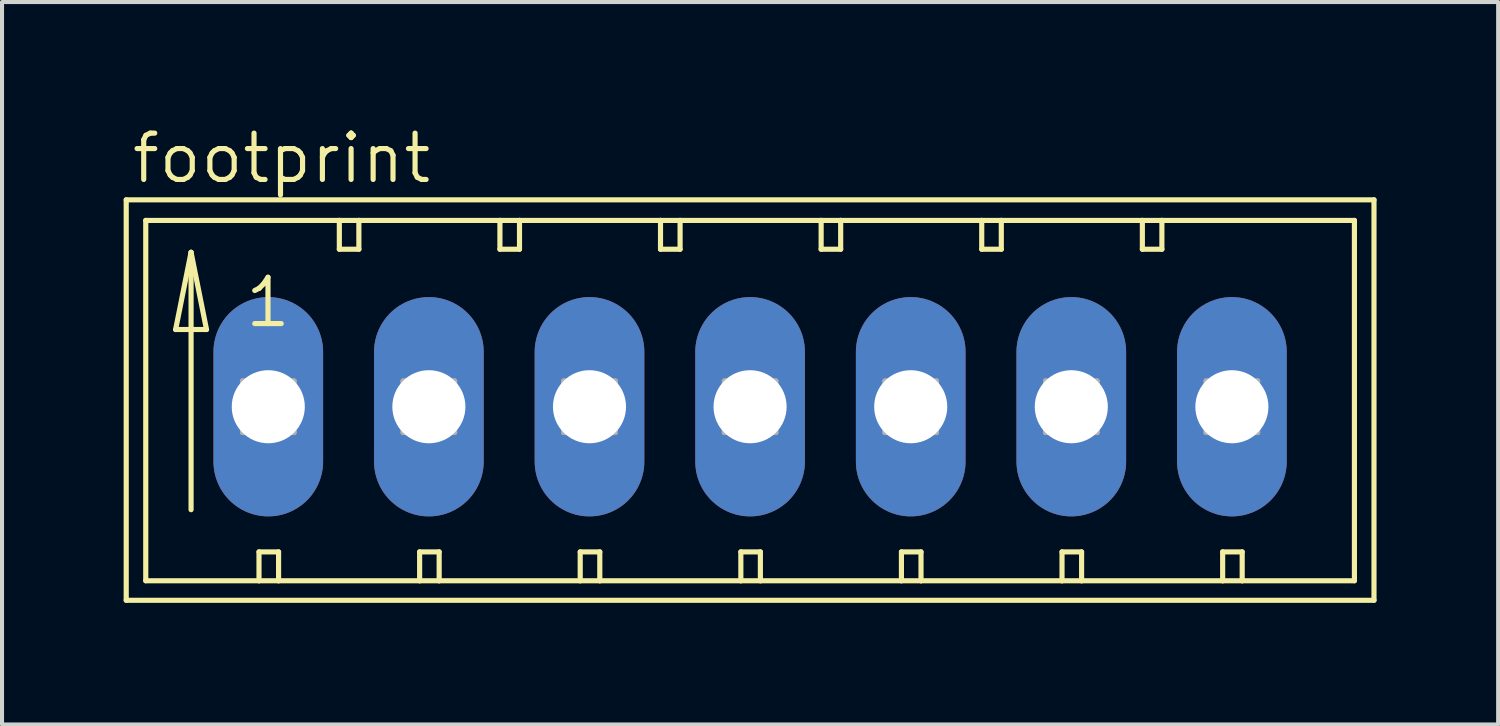
<source format=kicad_pcb>
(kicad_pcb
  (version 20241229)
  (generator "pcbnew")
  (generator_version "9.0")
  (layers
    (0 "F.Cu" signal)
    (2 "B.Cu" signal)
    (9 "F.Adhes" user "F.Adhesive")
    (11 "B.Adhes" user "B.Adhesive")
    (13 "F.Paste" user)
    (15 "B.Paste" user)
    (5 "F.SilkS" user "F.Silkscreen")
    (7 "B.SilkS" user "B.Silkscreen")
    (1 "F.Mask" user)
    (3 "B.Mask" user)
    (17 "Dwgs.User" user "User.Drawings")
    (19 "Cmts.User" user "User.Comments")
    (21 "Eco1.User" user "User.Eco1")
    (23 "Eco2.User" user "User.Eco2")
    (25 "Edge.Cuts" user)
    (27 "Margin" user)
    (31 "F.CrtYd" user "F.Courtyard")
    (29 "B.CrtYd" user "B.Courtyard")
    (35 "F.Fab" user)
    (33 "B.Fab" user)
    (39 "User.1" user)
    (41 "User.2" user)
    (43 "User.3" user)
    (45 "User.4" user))
  (footprint "footprint"
    (layer "F.Cu")
    (at 1.029 6.985)
    (property "Reference" "footprint" (at -0.889 -5.461 0) (layer "F.SilkS") (effects (font (size 1.143 1.143) (thickness 0.127)) (justify left bottom)))
    (fp_line (start -0.965 -5.105) (end -0.965 4.775) (stroke (width 0.127) (type solid)) (layer "F.SilkS"))
    (fp_line (start -0.965 4.775) (end 29.82 4.775) (stroke (width 0.127) (type solid)) (layer "F.SilkS"))
    (fp_line (start -0.483 -4.597) (end -0.483 4.293) (stroke (width 0.127) (type solid)) (layer "F.SilkS"))
    (fp_line (start -0.483 4.293) (end 2.311 4.293) (stroke (width 0.127) (type solid)) (layer "F.SilkS"))
    (fp_line (start 0.254 -1.905) (end 1.016 -1.905) (stroke (width 0.127) (type solid)) (layer "F.SilkS"))
    (fp_line (start 0.635 -3.81) (end 0.254 -1.905) (stroke (width 0.127) (type solid)) (layer "F.SilkS"))
    (fp_line (start 0.635 -3.81) (end 1.016 -1.905) (stroke (width 0.127) (type solid)) (layer "F.SilkS"))
    (fp_line (start 0.635 2.54) (end 0.635 -3.81) (stroke (width 0.127) (type solid)) (layer "F.SilkS"))
    (fp_line (start 2.311 3.581) (end 2.311 4.293) (stroke (width 0.127) (type solid)) (layer "F.SilkS"))
    (fp_line (start 2.311 3.581) (end 2.794 3.581) (stroke (width 0.127) (type solid)) (layer "F.SilkS"))
    (fp_line (start 2.311 4.293) (end 2.794 4.293) (stroke (width 0.127) (type solid)) (layer "F.SilkS"))
    (fp_line (start 2.794 3.581) (end 2.794 4.293) (stroke (width 0.127) (type solid)) (layer "F.SilkS"))
    (fp_line (start 2.794 4.293) (end 6.274 4.293) (stroke (width 0.127) (type solid)) (layer "F.SilkS"))
    (fp_line (start 4.293 -4.597) (end -0.483 -4.597) (stroke (width 0.127) (type solid)) (layer "F.SilkS"))
    (fp_line (start 4.293 -4.597) (end 4.293 -3.886) (stroke (width 0.127) (type solid)) (layer "F.SilkS"))
    (fp_line (start 4.293 -3.886) (end 4.775 -3.886) (stroke (width 0.127) (type solid)) (layer "F.SilkS"))
    (fp_line (start 4.775 -4.597) (end 4.293 -4.597) (stroke (width 0.127) (type solid)) (layer "F.SilkS"))
    (fp_line (start 4.775 -3.886) (end 4.775 -4.597) (stroke (width 0.127) (type solid)) (layer "F.SilkS"))
    (fp_line (start 6.274 3.581) (end 6.274 4.293) (stroke (width 0.127) (type solid)) (layer "F.SilkS"))
    (fp_line (start 6.274 3.581) (end 6.756 3.581) (stroke (width 0.127) (type solid)) (layer "F.SilkS"))
    (fp_line (start 6.274 4.293) (end 6.756 4.293) (stroke (width 0.127) (type solid)) (layer "F.SilkS"))
    (fp_line (start 6.756 3.581) (end 6.756 4.293) (stroke (width 0.127) (type solid)) (layer "F.SilkS"))
    (fp_line (start 6.756 4.293) (end 10.236 4.293) (stroke (width 0.127) (type solid)) (layer "F.SilkS"))
    (fp_line (start 8.255 -4.597) (end 4.775 -4.597) (stroke (width 0.127) (type solid)) (layer "F.SilkS"))
    (fp_line (start 8.255 -3.886) (end 8.255 -4.597) (stroke (width 0.127) (type solid)) (layer "F.SilkS"))
    (fp_line (start 8.255 -3.886) (end 8.738 -3.886) (stroke (width 0.127) (type solid)) (layer "F.SilkS"))
    (fp_line (start 8.738 -4.597) (end 8.255 -4.597) (stroke (width 0.127) (type solid)) (layer "F.SilkS"))
    (fp_line (start 8.738 -3.886) (end 8.738 -4.597) (stroke (width 0.127) (type solid)) (layer "F.SilkS"))
    (fp_line (start 10.236 3.581) (end 10.236 4.293) (stroke (width 0.127) (type solid)) (layer "F.SilkS"))
    (fp_line (start 10.236 3.581) (end 10.719 3.581) (stroke (width 0.127) (type solid)) (layer "F.SilkS"))
    (fp_line (start 10.236 4.293) (end 10.719 4.293) (stroke (width 0.127) (type solid)) (layer "F.SilkS"))
    (fp_line (start 10.719 3.581) (end 10.719 4.293) (stroke (width 0.127) (type solid)) (layer "F.SilkS"))
    (fp_line (start 10.719 4.293) (end 14.199 4.293) (stroke (width 0.127) (type solid)) (layer "F.SilkS"))
    (fp_line (start 12.217 -4.597) (end 8.738 -4.597) (stroke (width 0.127) (type solid)) (layer "F.SilkS"))
    (fp_line (start 12.217 -3.886) (end 12.217 -4.597) (stroke (width 0.127) (type solid)) (layer "F.SilkS"))
    (fp_line (start 12.217 -3.886) (end 12.7 -3.886) (stroke (width 0.127) (type solid)) (layer "F.SilkS"))
    (fp_line (start 12.7 -4.597) (end 12.217 -4.597) (stroke (width 0.127) (type solid)) (layer "F.SilkS"))
    (fp_line (start 12.7 -3.886) (end 12.7 -4.597) (stroke (width 0.127) (type solid)) (layer "F.SilkS"))
    (fp_line (start 14.199 3.581) (end 14.199 4.293) (stroke (width 0.127) (type solid)) (layer "F.SilkS"))
    (fp_line (start 14.199 3.581) (end 14.681 3.581) (stroke (width 0.127) (type solid)) (layer "F.SilkS"))
    (fp_line (start 14.199 4.293) (end 14.681 4.293) (stroke (width 0.127) (type solid)) (layer "F.SilkS"))
    (fp_line (start 14.681 3.581) (end 14.681 4.293) (stroke (width 0.127) (type solid)) (layer "F.SilkS"))
    (fp_line (start 14.681 4.293) (end 18.161 4.293) (stroke (width 0.127) (type solid)) (layer "F.SilkS"))
    (fp_line (start 16.18 -4.597) (end 12.7 -4.597) (stroke (width 0.127) (type solid)) (layer "F.SilkS"))
    (fp_line (start 16.18 -3.886) (end 16.18 -4.597) (stroke (width 0.127) (type solid)) (layer "F.SilkS"))
    (fp_line (start 16.18 -3.886) (end 16.662 -3.886) (stroke (width 0.127) (type solid)) (layer "F.SilkS"))
    (fp_line (start 16.662 -4.597) (end 16.18 -4.597) (stroke (width 0.127) (type solid)) (layer "F.SilkS"))
    (fp_line (start 16.662 -3.886) (end 16.662 -4.597) (stroke (width 0.127) (type solid)) (layer "F.SilkS"))
    (fp_line (start 18.161 3.581) (end 18.161 4.293) (stroke (width 0.127) (type solid)) (layer "F.SilkS"))
    (fp_line (start 18.161 3.581) (end 18.644 3.581) (stroke (width 0.127) (type solid)) (layer "F.SilkS"))
    (fp_line (start 18.161 4.293) (end 18.644 4.293) (stroke (width 0.127) (type solid)) (layer "F.SilkS"))
    (fp_line (start 18.644 3.581) (end 18.644 4.293) (stroke (width 0.127) (type solid)) (layer "F.SilkS"))
    (fp_line (start 18.644 4.293) (end 22.123 4.293) (stroke (width 0.127) (type solid)) (layer "F.SilkS"))
    (fp_line (start 20.142 -4.597) (end 16.662 -4.597) (stroke (width 0.127) (type solid)) (layer "F.SilkS"))
    (fp_line (start 20.142 -3.886) (end 20.142 -4.597) (stroke (width 0.127) (type solid)) (layer "F.SilkS"))
    (fp_line (start 20.142 -3.886) (end 20.625 -3.886) (stroke (width 0.127) (type solid)) (layer "F.SilkS"))
    (fp_line (start 20.625 -4.597) (end 20.142 -4.597) (stroke (width 0.127) (type solid)) (layer "F.SilkS"))
    (fp_line (start 20.625 -3.886) (end 20.625 -4.597) (stroke (width 0.127) (type solid)) (layer "F.SilkS"))
    (fp_line (start 22.123 3.581) (end 22.123 4.293) (stroke (width 0.127) (type solid)) (layer "F.SilkS"))
    (fp_line (start 22.123 3.581) (end 22.606 3.581) (stroke (width 0.127) (type solid)) (layer "F.SilkS"))
    (fp_line (start 22.123 4.293) (end 22.606 4.293) (stroke (width 0.127) (type solid)) (layer "F.SilkS"))
    (fp_line (start 22.606 3.581) (end 22.606 4.293) (stroke (width 0.127) (type solid)) (layer "F.SilkS"))
    (fp_line (start 22.606 4.293) (end 26.086 4.293) (stroke (width 0.127) (type solid)) (layer "F.SilkS"))
    (fp_line (start 24.105 -4.597) (end 20.625 -4.597) (stroke (width 0.127) (type solid)) (layer "F.SilkS"))
    (fp_line (start 24.105 -3.886) (end 24.105 -4.597) (stroke (width 0.127) (type solid)) (layer "F.SilkS"))
    (fp_line (start 24.105 -3.886) (end 24.587 -3.886) (stroke (width 0.127) (type solid)) (layer "F.SilkS"))
    (fp_line (start 24.587 -4.597) (end 24.105 -4.597) (stroke (width 0.127) (type solid)) (layer "F.SilkS"))
    (fp_line (start 24.587 -3.886) (end 24.587 -4.597) (stroke (width 0.127) (type solid)) (layer "F.SilkS"))
    (fp_line (start 26.086 3.581) (end 26.086 4.293) (stroke (width 0.127) (type solid)) (layer "F.SilkS"))
    (fp_line (start 26.086 3.581) (end 26.568 3.581) (stroke (width 0.127) (type solid)) (layer "F.SilkS"))
    (fp_line (start 26.086 4.293) (end 26.568 4.293) (stroke (width 0.127) (type solid)) (layer "F.SilkS"))
    (fp_line (start 26.568 3.581) (end 26.568 4.293) (stroke (width 0.127) (type solid)) (layer "F.SilkS"))
    (fp_line (start 26.568 4.293) (end 29.337 4.293) (stroke (width 0.127) (type solid)) (layer "F.SilkS"))
    (fp_line (start 29.337 -4.597) (end 24.587 -4.597) (stroke (width 0.127) (type solid)) (layer "F.SilkS"))
    (fp_line (start 29.337 4.293) (end 29.337 -4.597) (stroke (width 0.127) (type solid)) (layer "F.SilkS"))
    (fp_line (start 29.82 -5.105) (end -0.965 -5.105) (stroke (width 0.127) (type solid)) (layer "F.SilkS"))
    (fp_line (start 29.82 4.775) (end 29.82 -5.105) (stroke (width 0.127) (type solid)) (layer "F.SilkS"))
    (fp_line (start 1.905 -0.635) (end 1.905 0.635) (stroke (width 0.127) (type solid)) (layer "F.Fab"))
    (fp_line (start 1.905 -0.635) (end 3.175 0.635) (stroke (width 0.127) (type solid)) (layer "F.Fab"))
    (fp_line (start 1.905 0.635) (end 3.175 0.635) (stroke (width 0.127) (type solid)) (layer "F.Fab"))
    (fp_line (start 3.175 -0.635) (end 1.905 -0.635) (stroke (width 0.127) (type solid)) (layer "F.Fab"))
    (fp_line (start 3.175 -0.635) (end 1.905 0.635) (stroke (width 0.127) (type solid)) (layer "F.Fab"))
    (fp_line (start 3.175 0.635) (end 3.175 -0.635) (stroke (width 0.127) (type solid)) (layer "F.Fab"))
    (fp_line (start 5.867 -0.635) (end 5.867 0.635) (stroke (width 0.127) (type solid)) (layer "F.Fab"))
    (fp_line (start 5.867 -0.635) (end 7.137 0.635) (stroke (width 0.127) (type solid)) (layer "F.Fab"))
    (fp_line (start 5.867 0.635) (end 7.137 0.635) (stroke (width 0.127) (type solid)) (layer "F.Fab"))
    (fp_line (start 7.137 -0.635) (end 5.867 -0.635) (stroke (width 0.127) (type solid)) (layer "F.Fab"))
    (fp_line (start 7.137 -0.635) (end 5.867 0.635) (stroke (width 0.127) (type solid)) (layer "F.Fab"))
    (fp_line (start 7.137 0.635) (end 7.137 -0.635) (stroke (width 0.127) (type solid)) (layer "F.Fab"))
    (fp_line (start 9.83 -0.635) (end 9.83 0.635) (stroke (width 0.127) (type solid)) (layer "F.Fab"))
    (fp_line (start 9.83 -0.635) (end 11.1 0.635) (stroke (width 0.127) (type solid)) (layer "F.Fab"))
    (fp_line (start 9.83 0.635) (end 11.1 0.635) (stroke (width 0.127) (type solid)) (layer "F.Fab"))
    (fp_line (start 11.1 -0.635) (end 9.83 -0.635) (stroke (width 0.127) (type solid)) (layer "F.Fab"))
    (fp_line (start 11.1 -0.635) (end 9.83 0.635) (stroke (width 0.127) (type solid)) (layer "F.Fab"))
    (fp_line (start 11.1 0.635) (end 11.1 -0.635) (stroke (width 0.127) (type solid)) (layer "F.Fab"))
    (fp_line (start 13.792 -0.635) (end 13.792 0.635) (stroke (width 0.127) (type solid)) (layer "F.Fab"))
    (fp_line (start 13.792 -0.635) (end 15.062 0.635) (stroke (width 0.127) (type solid)) (layer "F.Fab"))
    (fp_line (start 13.792 0.635) (end 15.062 0.635) (stroke (width 0.127) (type solid)) (layer "F.Fab"))
    (fp_line (start 15.062 -0.635) (end 13.792 -0.635) (stroke (width 0.127) (type solid)) (layer "F.Fab"))
    (fp_line (start 15.062 -0.635) (end 13.792 0.635) (stroke (width 0.127) (type solid)) (layer "F.Fab"))
    (fp_line (start 15.062 0.635) (end 15.062 -0.635) (stroke (width 0.127) (type solid)) (layer "F.Fab"))
    (fp_line (start 17.755 -0.635) (end 17.755 0.635) (stroke (width 0.127) (type solid)) (layer "F.Fab"))
    (fp_line (start 17.755 -0.635) (end 19.025 0.635) (stroke (width 0.127) (type solid)) (layer "F.Fab"))
    (fp_line (start 17.755 0.635) (end 19.025 0.635) (stroke (width 0.127) (type solid)) (layer "F.Fab"))
    (fp_line (start 19.025 -0.635) (end 17.755 -0.635) (stroke (width 0.127) (type solid)) (layer "F.Fab"))
    (fp_line (start 19.025 -0.635) (end 17.755 0.635) (stroke (width 0.127) (type solid)) (layer "F.Fab"))
    (fp_line (start 19.025 0.635) (end 19.025 -0.635) (stroke (width 0.127) (type solid)) (layer "F.Fab"))
    (fp_line (start 21.717 -0.635) (end 21.717 0.635) (stroke (width 0.127) (type solid)) (layer "F.Fab"))
    (fp_line (start 21.717 -0.635) (end 22.987 0.635) (stroke (width 0.127) (type solid)) (layer "F.Fab"))
    (fp_line (start 21.717 0.635) (end 22.987 0.635) (stroke (width 0.127) (type solid)) (layer "F.Fab"))
    (fp_line (start 22.987 -0.635) (end 21.717 -0.635) (stroke (width 0.127) (type solid)) (layer "F.Fab"))
    (fp_line (start 22.987 -0.635) (end 21.717 0.635) (stroke (width 0.127) (type solid)) (layer "F.Fab"))
    (fp_line (start 22.987 0.635) (end 22.987 -0.635) (stroke (width 0.127) (type solid)) (layer "F.Fab"))
    (fp_line (start 25.679 -0.635) (end 25.679 0.635) (stroke (width 0.127) (type solid)) (layer "F.Fab"))
    (fp_line (start 25.679 -0.635) (end 26.949 0.635) (stroke (width 0.127) (type solid)) (layer "F.Fab"))
    (fp_line (start 25.679 0.635) (end 26.949 0.635) (stroke (width 0.127) (type solid)) (layer "F.Fab"))
    (fp_line (start 26.949 -0.635) (end 25.679 -0.635) (stroke (width 0.127) (type solid)) (layer "F.Fab"))
    (fp_line (start 26.949 -0.635) (end 25.679 0.635) (stroke (width 0.127) (type solid)) (layer "F.Fab"))
    (fp_line (start 26.949 0.635) (end 26.949 -0.635) (stroke (width 0.127) (type solid)) (layer "F.Fab"))
    (fp_text user "1" (at 1.905 -1.905 0) (layer "F.SilkS") (effects (font (size 1.143 1.143) (thickness 0.127)) (justify left bottom)))
    (pad "1" thru_hole oval (at 2.54 0 90) (size 5.41 2.705) (drill 1.803) (layers "*.Cu" "*.Mask"))
    (pad "2" thru_hole oval (at 6.502 0 90) (size 5.41 2.705) (drill 1.803) (layers "*.Cu" "*.Mask"))
    (pad "3" thru_hole oval (at 10.465 0 90) (size 5.41 2.705) (drill 1.803) (layers "*.Cu" "*.Mask"))
    (pad "4" thru_hole oval (at 14.427 0 90) (size 5.41 2.705) (drill 1.803) (layers "*.Cu" "*.Mask"))
    (pad "5" thru_hole oval (at 18.39 0 90) (size 5.41 2.705) (drill 1.803) (layers "*.Cu" "*.Mask"))
    (pad "6" thru_hole oval (at 22.352 0 90) (size 5.41 2.705) (drill 1.803) (layers "*.Cu" "*.Mask"))
    (pad "7" thru_hole oval (at 26.314 0 90) (size 5.41 2.705) (drill 1.803) (layers "*.Cu" "*.Mask")))
  (gr_rect
    (start -3 -3)
    (end 33.912 14.824)
    (stroke (width 0.1) (type default))
    (fill no)
    (layer "Edge.Cuts")))
</source>
